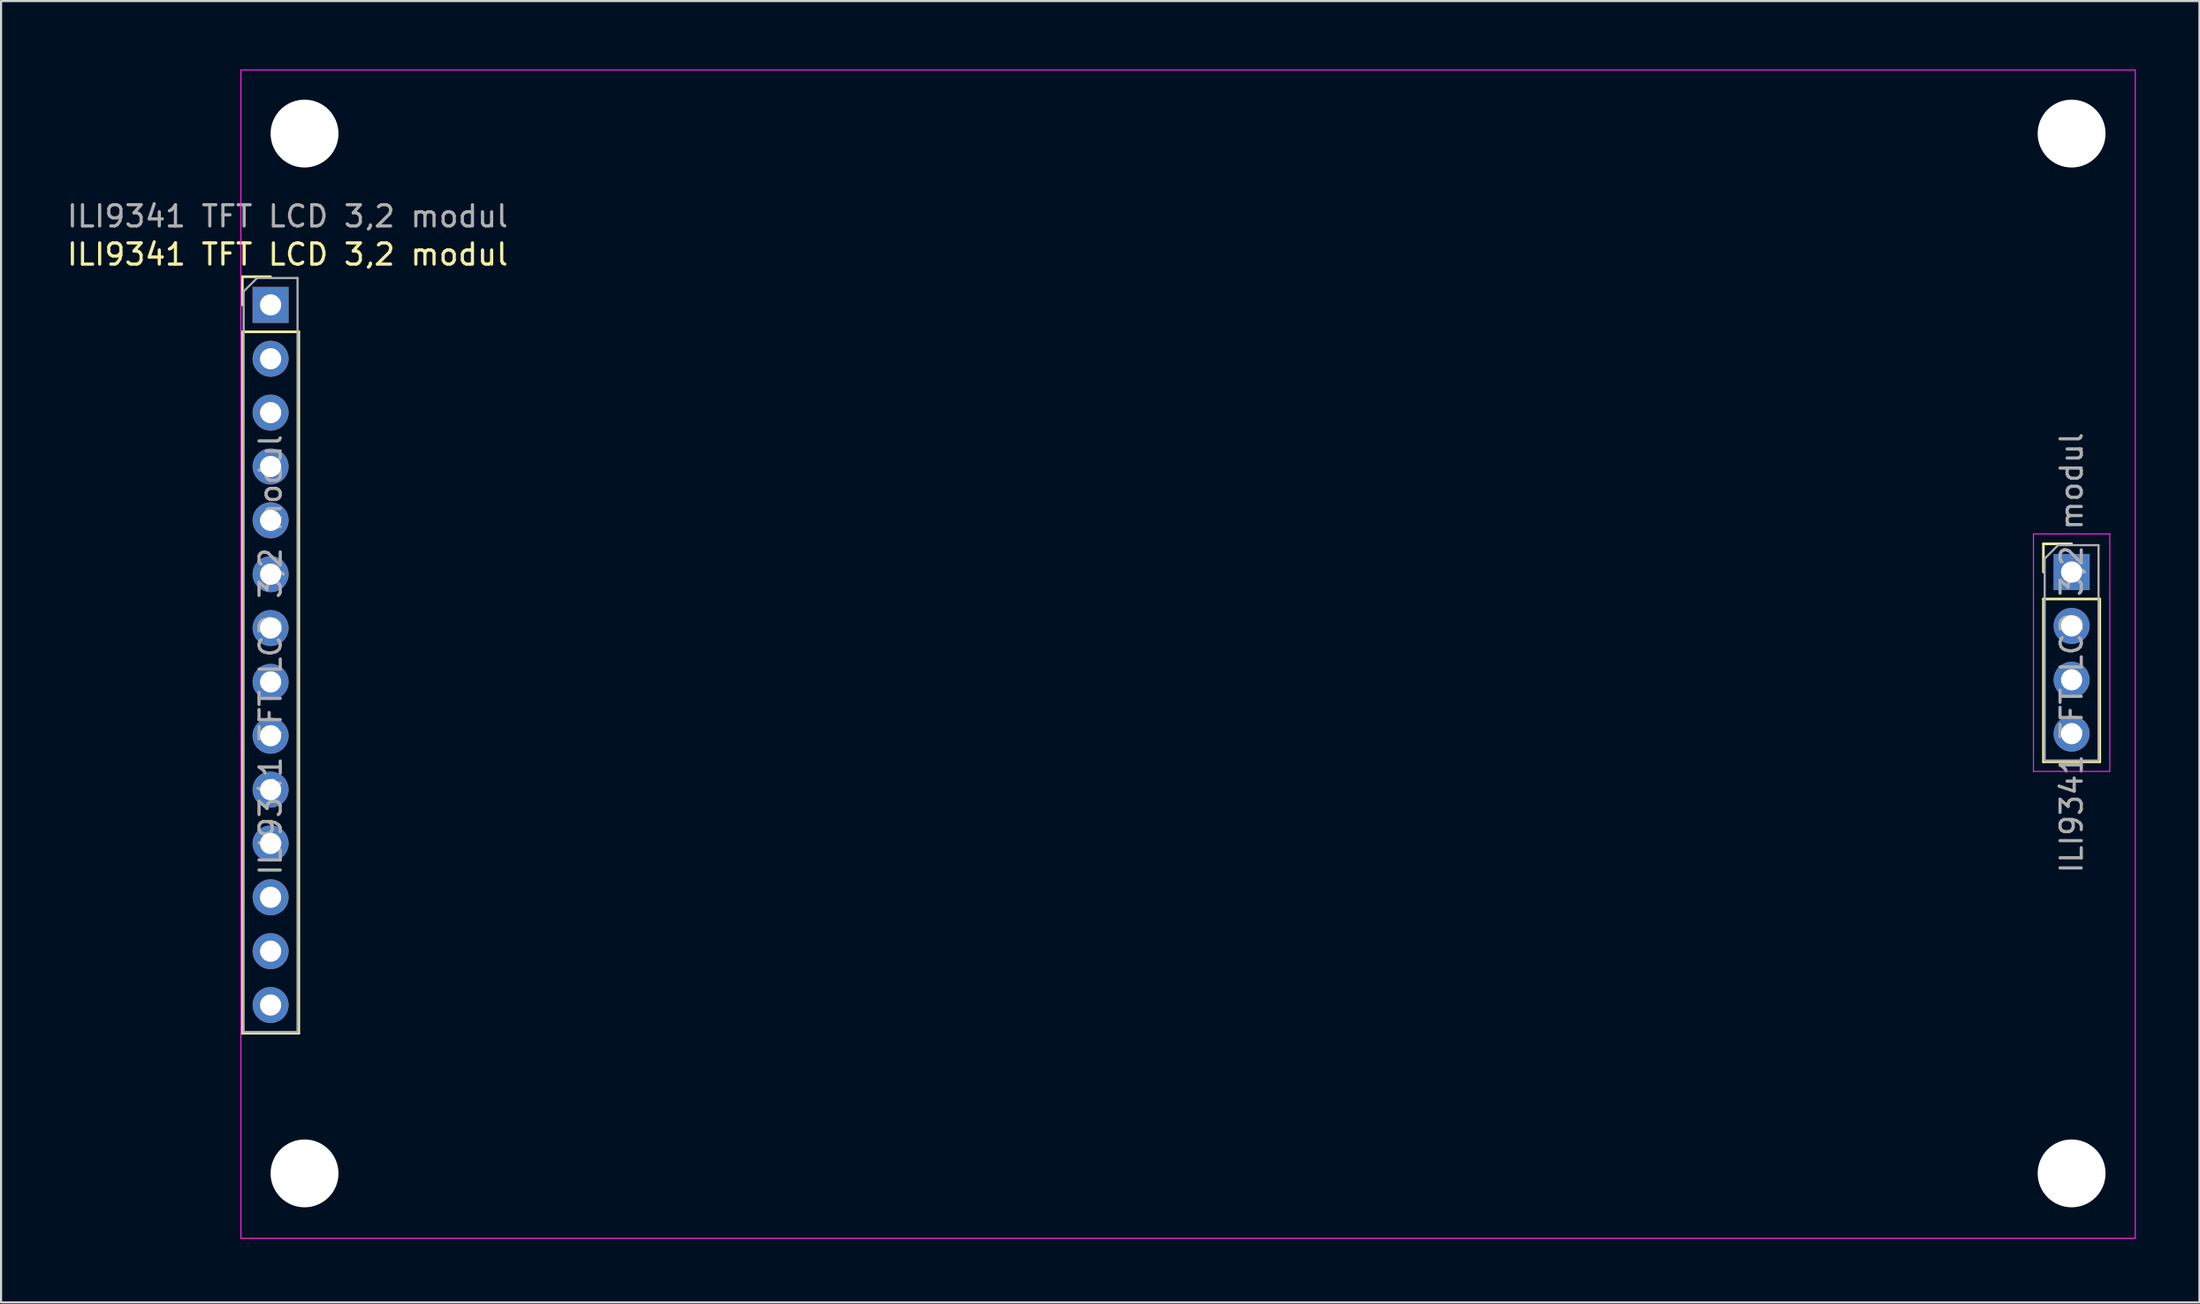
<source format=kicad_pcb>
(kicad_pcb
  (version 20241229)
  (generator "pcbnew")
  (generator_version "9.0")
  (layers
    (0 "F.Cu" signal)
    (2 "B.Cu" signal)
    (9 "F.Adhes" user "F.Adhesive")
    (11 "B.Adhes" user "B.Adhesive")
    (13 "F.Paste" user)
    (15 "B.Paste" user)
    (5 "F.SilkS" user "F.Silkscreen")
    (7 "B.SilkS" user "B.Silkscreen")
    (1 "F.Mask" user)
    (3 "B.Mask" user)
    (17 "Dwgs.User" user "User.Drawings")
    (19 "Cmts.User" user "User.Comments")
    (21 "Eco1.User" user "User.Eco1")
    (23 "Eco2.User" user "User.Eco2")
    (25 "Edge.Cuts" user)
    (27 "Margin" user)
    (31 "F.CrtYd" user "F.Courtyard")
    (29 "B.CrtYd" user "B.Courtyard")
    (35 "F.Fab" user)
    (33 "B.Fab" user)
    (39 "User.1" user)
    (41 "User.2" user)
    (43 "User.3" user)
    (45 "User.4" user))
  (footprint "ILI9341 TFT LCD 3,2 modul"
    (layer "F.Cu")
    (at 8.306 0.25)
    (property "Reference" "ILI9341 TFT LCD 3,2 modul" (at 2.2 8.7 0) (unlocked yes) (layer "F.SilkS") (effects (font (size 1 1) (thickness 0.15))))
    (attr through_hole)
    (fp_line (start 0.07 9.75) (end 1.4 9.75) (stroke (width 0.12) (type solid)) (layer "F.SilkS"))
    (fp_line (start 0.07 11.08) (end 0.07 9.75) (stroke (width 0.12) (type solid)) (layer "F.SilkS"))
    (fp_line (start 0.07 12.35) (end 0.07 45.43) (stroke (width 0.12) (type solid)) (layer "F.SilkS"))
    (fp_line (start 0.07 12.35) (end 2.73 12.35) (stroke (width 0.12) (type solid)) (layer "F.SilkS"))
    (fp_line (start 0.07 45.43) (end 2.73 45.43) (stroke (width 0.12) (type solid)) (layer "F.SilkS"))
    (fp_line (start 2.73 12.35) (end 2.73 45.43) (stroke (width 0.12) (type solid)) (layer "F.SilkS"))
    (fp_line (start 84.97 22.35) (end 86.3 22.35) (stroke (width 0.12) (type solid)) (layer "F.SilkS"))
    (fp_line (start 84.97 23.68) (end 84.97 22.35) (stroke (width 0.12) (type solid)) (layer "F.SilkS"))
    (fp_line (start 84.97 24.95) (end 84.97 32.63) (stroke (width 0.12) (type solid)) (layer "F.SilkS"))
    (fp_line (start 84.97 24.95) (end 87.63 24.95) (stroke (width 0.12) (type solid)) (layer "F.SilkS"))
    (fp_line (start 84.97 32.63) (end 87.63 32.63) (stroke (width 0.12) (type solid)) (layer "F.SilkS"))
    (fp_line (start 87.63 24.95) (end 87.63 32.63) (stroke (width 0.12) (type solid)) (layer "F.SilkS"))
    (fp_line (start 0 55.1) (end 0 0) (stroke (width 0.05) (type solid)) (layer "F.CrtYd"))
    (fp_line (start 84.5 21.88) (end 84.5 33.08) (stroke (width 0.05) (type solid)) (layer "F.CrtYd"))
    (fp_line (start 84.5 33.08) (end 88.1 33.08) (stroke (width 0.05) (type solid)) (layer "F.CrtYd"))
    (fp_line (start 88.1 21.88) (end 84.5 21.88) (stroke (width 0.05) (type solid)) (layer "F.CrtYd"))
    (fp_line (start 88.1 33.08) (end 88.1 21.88) (stroke (width 0.05) (type solid)) (layer "F.CrtYd"))
    (fp_line (start 89.3 0) (end 0 0) (stroke (width 0.05) (type solid)) (layer "F.CrtYd"))
    (fp_line (start 89.3 0) (end 89.3 55.1) (stroke (width 0.05) (type solid)) (layer "F.CrtYd"))
    (fp_line (start 89.3 55.1) (end 0 55.1) (stroke (width 0.05) (type solid)) (layer "F.CrtYd"))
    (fp_line (start 0.13 10.445) (end 0.765 9.81) (stroke (width 0.1) (type solid)) (layer "F.Fab"))
    (fp_line (start 0.13 45.37) (end 0.13 10.445) (stroke (width 0.1) (type solid)) (layer "F.Fab"))
    (fp_line (start 0.765 9.81) (end 2.67 9.81) (stroke (width 0.1) (type solid)) (layer "F.Fab"))
    (fp_line (start 2.67 9.81) (end 2.67 45.37) (stroke (width 0.1) (type solid)) (layer "F.Fab"))
    (fp_line (start 2.67 45.37) (end 0.13 45.37) (stroke (width 0.1) (type solid)) (layer "F.Fab"))
    (fp_line (start 85.03 23.045) (end 85.665 22.41) (stroke (width 0.1) (type solid)) (layer "F.Fab"))
    (fp_line (start 85.03 32.57) (end 85.03 23.045) (stroke (width 0.1) (type solid)) (layer "F.Fab"))
    (fp_line (start 85.665 22.41) (end 87.57 22.41) (stroke (width 0.1) (type solid)) (layer "F.Fab"))
    (fp_line (start 87.57 22.41) (end 87.57 32.57) (stroke (width 0.1) (type solid)) (layer "F.Fab"))
    (fp_line (start 87.57 32.57) (end 85.03 32.57) (stroke (width 0.1) (type solid)) (layer "F.Fab"))
    (fp_text user "${REFERENCE}" (at 2.2 6.9 0) (unlocked yes) (layer "F.Fab") (effects (font (size 1 1) (thickness 0.15))))
    (fp_text user "${REFERENCE}" (at 86.3 27.49 90) (layer "F.Fab") (effects (font (size 1 1) (thickness 0.15))))
    (fp_text user "${REFERENCE}" (at 1.4 27.59 90) (layer "F.Fab") (effects (font (size 1 1) (thickness 0.15))))
    (pad "" np_thru_hole circle (at 3 3) (size 3.2 3.2) (drill 3.2) (layers "*.Cu" "*.Mask"))
    (pad "" np_thru_hole circle (at 3 52.04) (size 3.2 3.2) (drill 3.2) (layers "*.Cu" "*.Mask"))
    (pad "" np_thru_hole circle (at 86.3 3) (size 3.2 3.2) (drill 3.2) (layers "*.Cu" "*.Mask"))
    (pad "" np_thru_hole circle (at 86.3 52.04) (size 3.2 3.2) (drill 3.2) (layers "*.Cu" "*.Mask"))
    (pad "1" thru_hole rect (at 1.4 11.08) (size 1.7 1.7) (drill 1) (layers "*.Cu" "*.Mask"))
    (pad "2" thru_hole oval (at 1.4 13.62) (size 1.7 1.7) (drill 1) (layers "*.Cu" "*.Mask"))
    (pad "3" thru_hole oval (at 1.4 16.16) (size 1.7 1.7) (drill 1) (layers "*.Cu" "*.Mask"))
    (pad "4" thru_hole oval (at 1.4 18.7) (size 1.7 1.7) (drill 1) (layers "*.Cu" "*.Mask"))
    (pad "5" thru_hole oval (at 1.4 21.24) (size 1.7 1.7) (drill 1) (layers "*.Cu" "*.Mask"))
    (pad "6" thru_hole oval (at 1.4 23.78) (size 1.7 1.7) (drill 1) (layers "*.Cu" "*.Mask"))
    (pad "7" thru_hole oval (at 1.4 26.32) (size 1.7 1.7) (drill 1) (layers "*.Cu" "*.Mask"))
    (pad "8" thru_hole oval (at 1.4 28.86) (size 1.7 1.7) (drill 1) (layers "*.Cu" "*.Mask"))
    (pad "9" thru_hole oval (at 1.4 31.4) (size 1.7 1.7) (drill 1) (layers "*.Cu" "*.Mask"))
    (pad "10" thru_hole oval (at 1.4 33.94) (size 1.7 1.7) (drill 1) (layers "*.Cu" "*.Mask"))
    (pad "11" thru_hole oval (at 1.4 36.48) (size 1.7 1.7) (drill 1) (layers "*.Cu" "*.Mask"))
    (pad "12" thru_hole oval (at 1.4 39.02) (size 1.7 1.7) (drill 1) (layers "*.Cu" "*.Mask"))
    (pad "13" thru_hole oval (at 1.4 41.56) (size 1.7 1.7) (drill 1) (layers "*.Cu" "*.Mask"))
    (pad "14" thru_hole oval (at 1.4 44.1) (size 1.7 1.7) (drill 1) (layers "*.Cu" "*.Mask"))
    (pad "S1" thru_hole rect (at 86.3 23.68) (size 1.7 1.7) (drill 1) (layers "*.Cu" "*.Mask"))
    (pad "S2" thru_hole oval (at 86.3 26.22) (size 1.7 1.7) (drill 1) (layers "*.Cu" "*.Mask"))
    (pad "S3" thru_hole oval (at 86.3 28.76) (size 1.7 1.7) (drill 1) (layers "*.Cu" "*.Mask"))
    (pad "S4" thru_hole oval (at 86.3 31.3) (size 1.7 1.7) (drill 1) (layers "*.Cu" "*.Mask")))
  (gr_rect
    (start -3 -3)
    (end 100.631 58.375)
    (stroke (width 0.1) (type default))
    (fill no)
    (layer "Edge.Cuts")))
</source>
